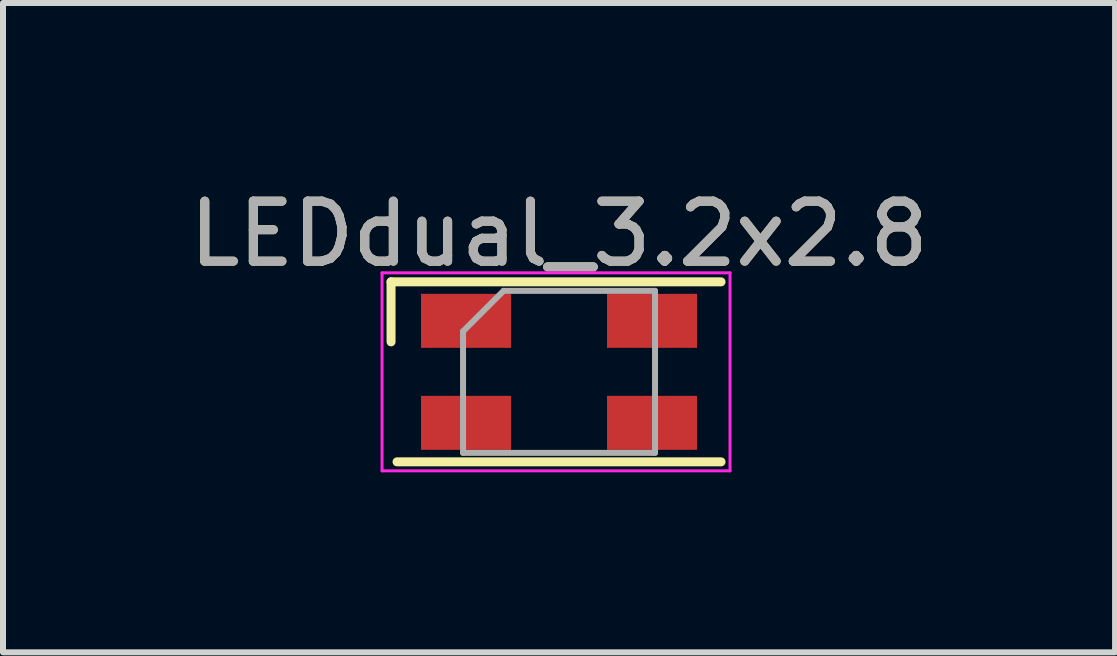
<source format=kicad_pcb>
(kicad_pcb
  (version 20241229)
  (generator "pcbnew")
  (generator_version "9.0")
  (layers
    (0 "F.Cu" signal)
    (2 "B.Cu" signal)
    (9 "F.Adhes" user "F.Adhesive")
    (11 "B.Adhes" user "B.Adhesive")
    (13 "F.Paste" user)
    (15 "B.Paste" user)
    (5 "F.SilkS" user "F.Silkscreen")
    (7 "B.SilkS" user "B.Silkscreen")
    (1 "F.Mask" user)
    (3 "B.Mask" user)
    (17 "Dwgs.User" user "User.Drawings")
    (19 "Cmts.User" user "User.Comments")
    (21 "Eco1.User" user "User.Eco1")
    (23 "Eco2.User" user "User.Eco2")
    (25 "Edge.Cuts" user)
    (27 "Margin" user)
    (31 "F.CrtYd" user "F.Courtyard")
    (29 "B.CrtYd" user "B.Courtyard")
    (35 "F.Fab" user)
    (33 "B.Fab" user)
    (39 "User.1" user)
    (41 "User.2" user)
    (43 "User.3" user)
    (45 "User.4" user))
  (footprint "LEDdual_3.2x2.8"
    (layer "F.Cu")
    (at 6.268 3.148)
    (property "Reference" "LEDdual_3.2x2.8" (at 0 -2.3 0) (layer "F.SilkS") (effects (font (size 1 1) (thickness 0.15))))
    (attr smd)
    (fp_line (start -2.8 -0.5) (end -2.8 -1.5) (stroke (width 0.15) (type solid)) (layer "F.SilkS"))
    (fp_line (start 2.7 -1.5) (end -2.8 -1.5) (stroke (width 0.15) (type solid)) (layer "F.SilkS"))
    (fp_line (start 2.7 1.5) (end -2.7 1.5) (stroke (width 0.15) (type solid)) (layer "F.SilkS"))
    (fp_line (start -2.95 -1.65) (end -2.95 1.65) (stroke (width 0.05) (type solid)) (layer "F.CrtYd"))
    (fp_line (start -2.95 1.65) (end 2.85 1.65) (stroke (width 0.05) (type solid)) (layer "F.CrtYd"))
    (fp_line (start 2.85 -1.65) (end -2.95 -1.65) (stroke (width 0.05) (type solid)) (layer "F.CrtYd"))
    (fp_line (start 2.85 1.65) (end 2.85 -1.65) (stroke (width 0.05) (type solid)) (layer "F.CrtYd"))
    (fp_line (start -1.6 -0.675) (end -0.925 -1.35) (stroke (width 0.1) (type solid)) (layer "F.Fab"))
    (fp_line (start -1.6 1.35) (end -1.6 -0.675) (stroke (width 0.1) (type solid)) (layer "F.Fab"))
    (fp_line (start -0.925 -1.35) (end 1.6 -1.35) (stroke (width 0.1) (type solid)) (layer "F.Fab"))
    (fp_line (start 1.6 -1.35) (end 1.6 1.35) (stroke (width 0.1) (type solid)) (layer "F.Fab"))
    (fp_line (start 1.6 1.35) (end -1.6 1.35) (stroke (width 0.1) (type solid)) (layer "F.Fab"))
    (fp_text user "${REFERENCE}" (at 0 -2.3 0) (layer "F.Fab") (effects (font (size 1 1) (thickness 0.15))))
    (pad "1" smd rect (at 1.55 -0.85 180) (size 1.5 0.9) (layers "F.Cu" "F.Mask" "F.Paste"))
    (pad "2" smd rect (at 1.55 0.85 180) (size 1.5 0.9) (layers "F.Cu" "F.Mask" "F.Paste"))
    (pad "3" smd rect (at -1.55 -0.85 180) (size 1.5 0.9) (layers "F.Cu" "F.Mask" "F.Paste"))
    (pad "4" smd rect (at -1.55 0.85 180) (size 1.5 0.9) (layers "F.Cu" "F.Mask" "F.Paste")))
  (gr_rect
    (start -3 -3)
    (end 15.536 7.823)
    (stroke (width 0.1) (type default))
    (fill no)
    (layer "Edge.Cuts")))
</source>
